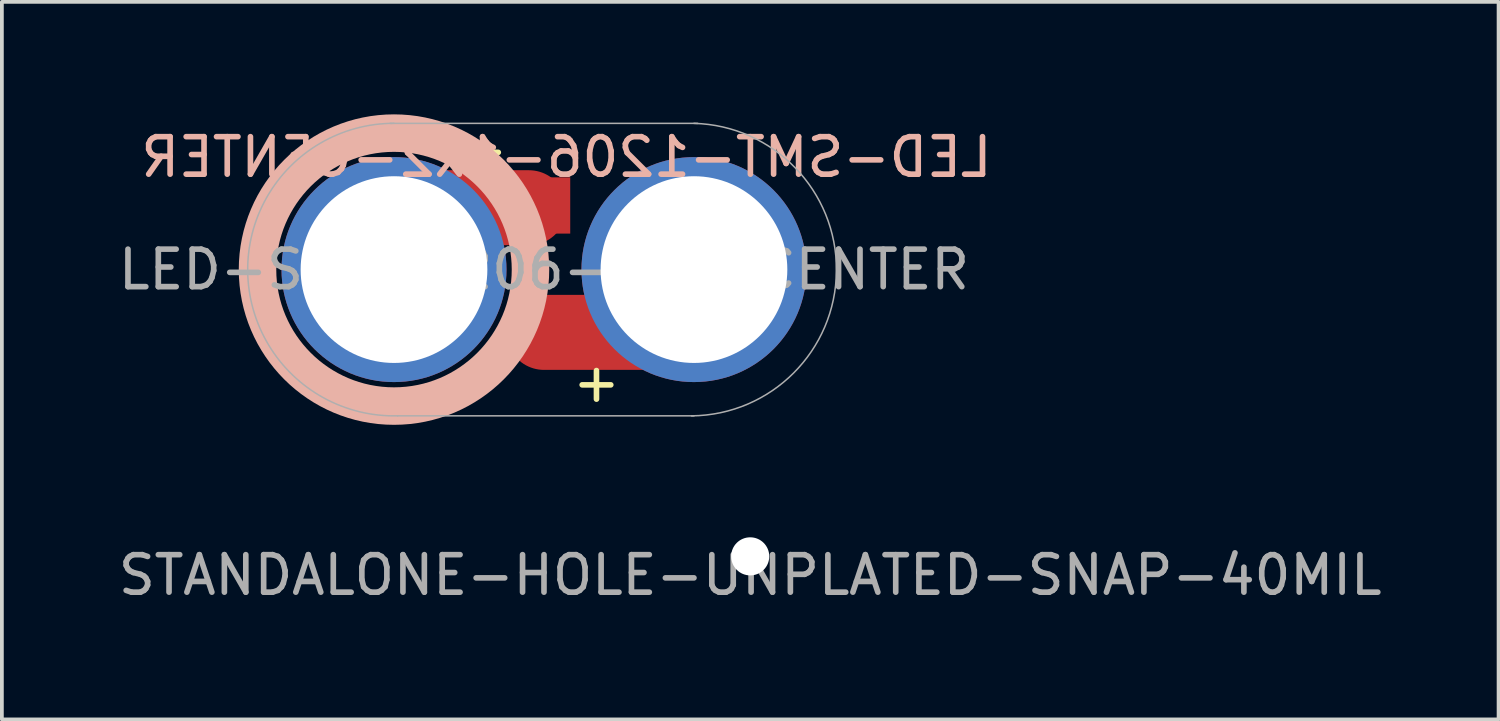
<source format=kicad_pcb>
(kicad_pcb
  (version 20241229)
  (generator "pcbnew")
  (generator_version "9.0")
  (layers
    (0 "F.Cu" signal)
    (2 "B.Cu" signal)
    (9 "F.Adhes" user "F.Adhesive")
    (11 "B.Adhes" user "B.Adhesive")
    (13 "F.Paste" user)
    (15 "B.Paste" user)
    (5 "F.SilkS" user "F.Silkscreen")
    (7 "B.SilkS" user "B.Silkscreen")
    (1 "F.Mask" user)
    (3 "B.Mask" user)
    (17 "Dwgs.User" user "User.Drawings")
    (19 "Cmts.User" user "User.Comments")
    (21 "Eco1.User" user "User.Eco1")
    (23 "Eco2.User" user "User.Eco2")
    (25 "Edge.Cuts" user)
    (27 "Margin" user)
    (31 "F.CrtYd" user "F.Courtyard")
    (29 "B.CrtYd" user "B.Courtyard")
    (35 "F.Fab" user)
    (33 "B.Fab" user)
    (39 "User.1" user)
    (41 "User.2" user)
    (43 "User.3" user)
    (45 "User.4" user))
  (footprint "LED-SMT-1206-1x2-CENTER"
    (layer "F.Cu")
    (at 7.458 4.14)
    (property "Reference" "LED-SMT-1206-1x2-CENTER" (at 4.6 -3 180) (layer "B.SilkS") (effects (font (size 1 1) (thickness 0.15)) (justify mirror)))
    (attr through_hole)
    (fp_line (start -0.25 -1.65) (end 3.6 -1.65) (stroke (width 2) (type solid)) (layer "F.Cu"))
    (fp_line (start 4 1.675) (end 7.85 1.675) (stroke (width 2) (type solid)) (layer "F.Cu"))
    (fp_circle (center 0 0) (end 1 3.5) (stroke (width 1) (type solid)) (fill no) (layer "B.SilkS"))
    (fp_line (start 8 3.9) (end 0.1 3.9) (stroke (width 0.041) (type solid)) (layer "F.Fab"))
    (fp_line (start 8.1 -3.9) (end -0.1 -3.9) (stroke (width 0.041) (type solid)) (layer "F.Fab"))
    (fp_arc (start 0.1 3.9) (mid -3.900961 0.050004) (end 0 -3.901282) (stroke (width 0.04064) (type solid)) (layer "F.Fab"))
    (fp_arc (start 8 -3.9) (mid 11.801151 0.03192) (end 7.936169 3.901114) (stroke (width 0.04064) (type solid)) (layer "F.Fab"))
    (fp_text user "+" (at 5.4 3 0) (layer "F.SilkS") (effects (font (size 1 1) (thickness 0.15))))
    (fp_text user "-" (at 2.4 -3.2 0) (layer "F.SilkS") (effects (font (size 1 1) (thickness 0.15))))
    (fp_text user "" (at 4 0 90) (layer "B.SilkS") (effects (font (size 1 1) (thickness 0.15)) (justify mirror)))
    (fp_text user "${REFERENCE}" (at 4 0 0) (layer "F.Fab") (effects (font (size 1 1) (thickness 0.15))))
    (pad "+" smd rect (at 4 1.71) (size 1.4 1.4) (layers "F.Cu" "F.Mask" "F.Paste"))
    (pad "+" thru_hole circle (at 8 0) (size 6 6) (drill 4.98) (layers "*.Cu" "*.Mask"))
    (pad "-" thru_hole circle (at 0 0) (size 6 6) (drill 4.98) (layers "*.Cu" "*.Mask"))
    (pad "-" smd rect (at 4 -1.71) (size 1.4 1.5) (layers "F.Cu" "F.Mask" "F.Paste")))
  (footprint "STANDALONE-HOLE-UNPLATED-SNAP-40MIL"
    (layer "F.Cu")
    (at 16.958 11.788)
    (property "Reference" "STANDALONE-HOLE-UNPLATED-SNAP-40MIL" (at 0 0.5 0) (layer "F.Fab") (effects (font (size 1 1) (thickness 0.15))))
    (attr through_hole)
    (pad "" np_thru_hole circle (at 0 0) (size 1.016 1.016) (drill 1.016) (layers "*.Cu")))
  (gr_rect
    (start -3 -3)
    (end 36.917 16.136)
    (stroke (width 0.1) (type default))
    (fill no)
    (layer "Edge.Cuts")))
</source>
